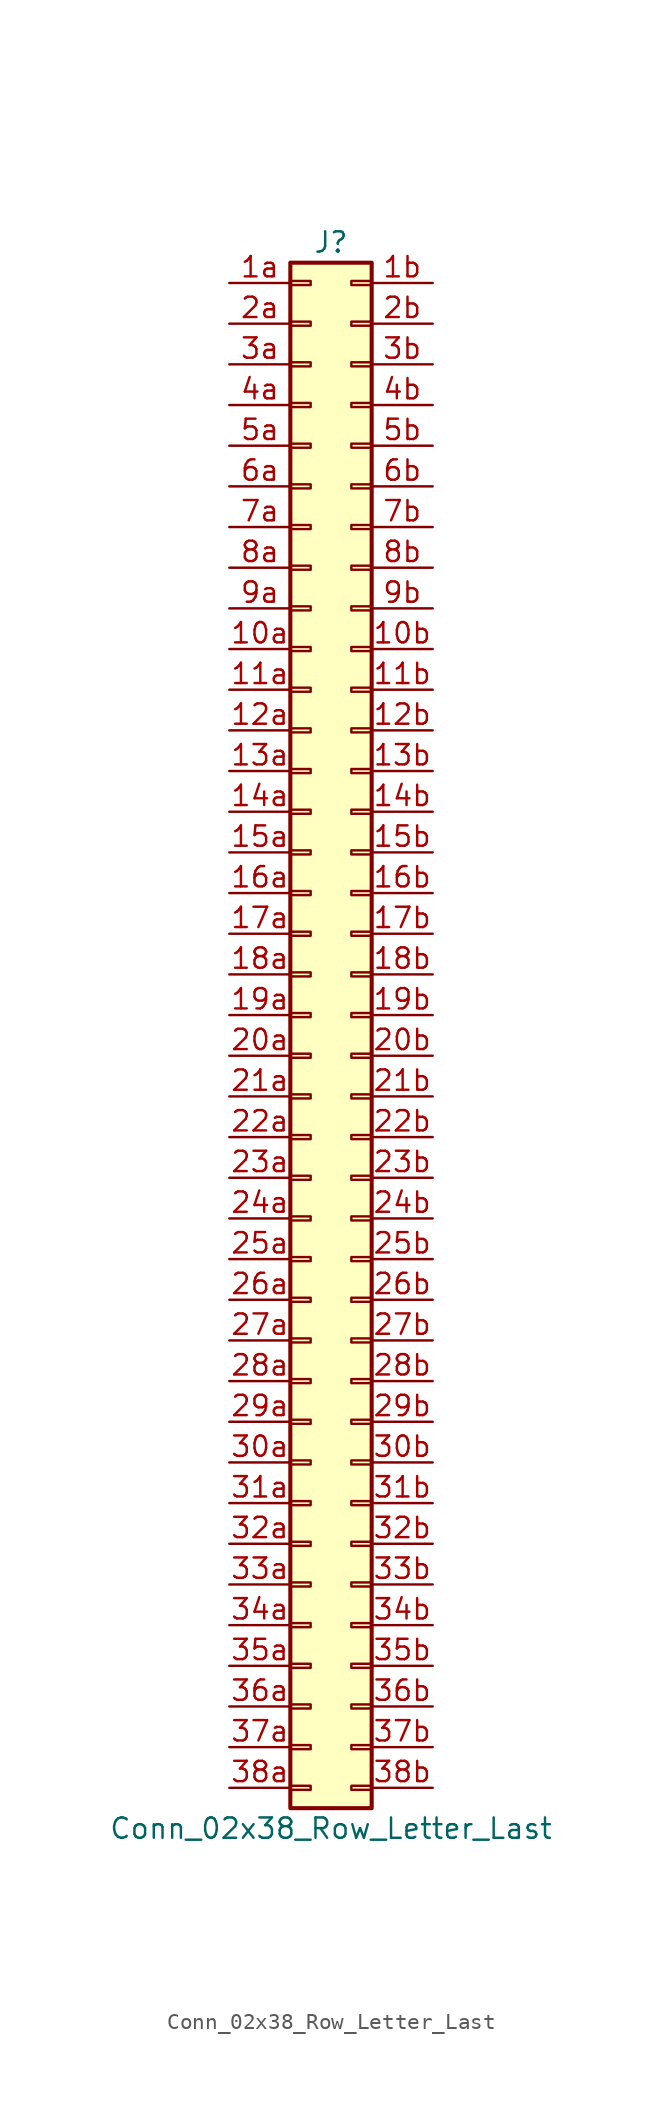
<source format=kicad_sym>
(kicad_symbol_lib
  (version 20201005)
  (generator kicad_symbol_editor)
  (symbol "Connector_Generic:Conn_02x38_Row_Letter_Last"
    (pin_names
      (offset 1.016) hide)
    (property "Reference" "J"
      (at 1.27 48.26 0)
      (effects (font (size 1.27 1.27))))
    (property "Value" "Conn_02x38_Row_Letter_Last"
      (at 1.27 -50.8 0)
      (effects (font (size 1.27 1.27))))
    (symbol "Conn_02x38_Row_Letter_Last_1_1"
      (rectangle (start -1.27 -27.813) (end 0 -28.067) (stroke (width 0.152)) (fill (type none)))
      (rectangle (start -1.27 -30.353) (end 0 -30.607) (stroke (width 0.152)) (fill (type none)))
      (rectangle (start -1.27 -32.893) (end 0 -33.147) (stroke (width 0.152)) (fill (type none)))
      (rectangle (start -1.27 -35.433) (end 0 -35.687) (stroke (width 0.152)) (fill (type none)))
      (rectangle (start -1.27 -37.973) (end 0 -38.227) (stroke (width 0.152)) (fill (type none)))
      (rectangle (start -1.27 -40.513) (end 0 -40.767) (stroke (width 0.152)) (fill (type none)))
      (rectangle (start -1.27 -43.053) (end 0 -43.307) (stroke (width 0.152)) (fill (type none)))
      (rectangle (start -1.27 -45.593) (end 0 -45.847) (stroke (width 0.152)) (fill (type none)))
      (rectangle (start -1.27 -48.133) (end 0 -48.387) (stroke (width 0.152)) (fill (type none)))
      (rectangle (start -1.27 -4.953) (end 0 -5.207) (stroke (width 0.152)) (fill (type none)))
      (rectangle (start -1.27 -7.493) (end 0 -7.747) (stroke (width 0.152)) (fill (type none)))
      (rectangle (start -1.27 -10.033) (end 0 -10.287) (stroke (width 0.152)) (fill (type none)))
      (rectangle (start -1.27 -12.573) (end 0 -12.827) (stroke (width 0.152)) (fill (type none)))
      (rectangle (start -1.27 -15.113) (end 0 -15.367) (stroke (width 0.152)) (fill (type none)))
      (rectangle (start -1.27 -17.653) (end 0 -17.907) (stroke (width 0.152)) (fill (type none)))
      (rectangle (start -1.27 -20.193) (end 0 -20.447) (stroke (width 0.152)) (fill (type none)))
      (rectangle (start -1.27 -22.733) (end 0 -22.987) (stroke (width 0.152)) (fill (type none)))
      (rectangle (start -1.27 -2.413) (end 0 -2.667) (stroke (width 0.152)) (fill (type none)))
      (rectangle (start -1.27 -25.273) (end 0 -25.527) (stroke (width 0.152)) (fill (type none)))
      (rectangle (start -1.27 25.527) (end 0 25.273) (stroke (width 0.152)) (fill (type none)))
      (rectangle (start -1.27 2.667) (end 0 2.413) (stroke (width 0.152)) (fill (type none)))
      (rectangle (start -1.27 28.067) (end 0 27.813) (stroke (width 0.152)) (fill (type none)))
      (rectangle (start -1.27 30.607) (end 0 30.353) (stroke (width 0.152)) (fill (type none)))
      (rectangle (start -1.27 33.147) (end 0 32.893) (stroke (width 0.152)) (fill (type none)))
      (rectangle (start -1.27 35.687) (end 0 35.433) (stroke (width 0.152)) (fill (type none)))
      (rectangle (start -1.27 38.227) (end 0 37.973) (stroke (width 0.152)) (fill (type none)))
      (rectangle (start -1.27 40.767) (end 0 40.513) (stroke (width 0.152)) (fill (type none)))
      (rectangle (start -1.27 43.307) (end 0 43.053) (stroke (width 0.152)) (fill (type none)))
      (rectangle (start -1.27 45.847) (end 0 45.593) (stroke (width 0.152)) (fill (type none)))
      (rectangle (start -1.27 46.99) (end 3.81 -49.53) (stroke (width 0.254)) (fill (type background)))
      (rectangle (start -1.27 5.207) (end 0 4.953) (stroke (width 0.152)) (fill (type none)))
      (rectangle (start -1.27 7.747) (end 0 7.493) (stroke (width 0.152)) (fill (type none)))
      (rectangle (start -1.27 10.287) (end 0 10.033) (stroke (width 0.152)) (fill (type none)))
      (rectangle (start -1.27 0.127) (end 0 -0.127) (stroke (width 0.152)) (fill (type none)))
      (rectangle (start -1.27 12.827) (end 0 12.573) (stroke (width 0.152)) (fill (type none)))
      (rectangle (start -1.27 15.367) (end 0 15.113) (stroke (width 0.152)) (fill (type none)))
      (rectangle (start -1.27 17.907) (end 0 17.653) (stroke (width 0.152)) (fill (type none)))
      (rectangle (start -1.27 20.447) (end 0 20.193) (stroke (width 0.152)) (fill (type none)))
      (rectangle (start -1.27 22.987) (end 0 22.733) (stroke (width 0.152)) (fill (type none)))
      (rectangle (start 3.81 -27.813) (end 2.54 -28.067) (stroke (width 0.152)) (fill (type none)))
      (rectangle (start 3.81 -30.353) (end 2.54 -30.607) (stroke (width 0.152)) (fill (type none)))
      (rectangle (start 3.81 -32.893) (end 2.54 -33.147) (stroke (width 0.152)) (fill (type none)))
      (rectangle (start 3.81 -35.433) (end 2.54 -35.687) (stroke (width 0.152)) (fill (type none)))
      (rectangle (start 3.81 -37.973) (end 2.54 -38.227) (stroke (width 0.152)) (fill (type none)))
      (rectangle (start 3.81 -40.513) (end 2.54 -40.767) (stroke (width 0.152)) (fill (type none)))
      (rectangle (start 3.81 -43.053) (end 2.54 -43.307) (stroke (width 0.152)) (fill (type none)))
      (rectangle (start 3.81 -45.593) (end 2.54 -45.847) (stroke (width 0.152)) (fill (type none)))
      (rectangle (start 3.81 -48.133) (end 2.54 -48.387) (stroke (width 0.152)) (fill (type none)))
      (rectangle (start 3.81 -4.953) (end 2.54 -5.207) (stroke (width 0.152)) (fill (type none)))
      (rectangle (start 3.81 -7.493) (end 2.54 -7.747) (stroke (width 0.152)) (fill (type none)))
      (rectangle (start 3.81 -10.033) (end 2.54 -10.287) (stroke (width 0.152)) (fill (type none)))
      (rectangle (start 3.81 -12.573) (end 2.54 -12.827) (stroke (width 0.152)) (fill (type none)))
      (rectangle (start 3.81 -15.113) (end 2.54 -15.367) (stroke (width 0.152)) (fill (type none)))
      (rectangle (start 3.81 -17.653) (end 2.54 -17.907) (stroke (width 0.152)) (fill (type none)))
      (rectangle (start 3.81 -20.193) (end 2.54 -20.447) (stroke (width 0.152)) (fill (type none)))
      (rectangle (start 3.81 -22.733) (end 2.54 -22.987) (stroke (width 0.152)) (fill (type none)))
      (rectangle (start 3.81 -2.413) (end 2.54 -2.667) (stroke (width 0.152)) (fill (type none)))
      (rectangle (start 3.81 -25.273) (end 2.54 -25.527) (stroke (width 0.152)) (fill (type none)))
      (rectangle (start 3.81 25.527) (end 2.54 25.273) (stroke (width 0.152)) (fill (type none)))
      (rectangle (start 3.81 2.667) (end 2.54 2.413) (stroke (width 0.152)) (fill (type none)))
      (rectangle (start 3.81 28.067) (end 2.54 27.813) (stroke (width 0.152)) (fill (type none)))
      (rectangle (start 3.81 30.607) (end 2.54 30.353) (stroke (width 0.152)) (fill (type none)))
      (rectangle (start 3.81 33.147) (end 2.54 32.893) (stroke (width 0.152)) (fill (type none)))
      (rectangle (start 3.81 35.687) (end 2.54 35.433) (stroke (width 0.152)) (fill (type none)))
      (rectangle (start 3.81 38.227) (end 2.54 37.973) (stroke (width 0.152)) (fill (type none)))
      (rectangle (start 3.81 40.767) (end 2.54 40.513) (stroke (width 0.152)) (fill (type none)))
      (rectangle (start 3.81 43.307) (end 2.54 43.053) (stroke (width 0.152)) (fill (type none)))
      (rectangle (start 3.81 45.847) (end 2.54 45.593) (stroke (width 0.152)) (fill (type none)))
      (rectangle (start 3.81 5.207) (end 2.54 4.953) (stroke (width 0.152)) (fill (type none)))
      (rectangle (start 3.81 7.747) (end 2.54 7.493) (stroke (width 0.152)) (fill (type none)))
      (rectangle (start 3.81 10.287) (end 2.54 10.033) (stroke (width 0.152)) (fill (type none)))
      (rectangle (start 3.81 0.127) (end 2.54 -0.127) (stroke (width 0.152)) (fill (type none)))
      (rectangle (start 3.81 12.827) (end 2.54 12.573) (stroke (width 0.152)) (fill (type none)))
      (rectangle (start 3.81 15.367) (end 2.54 15.113) (stroke (width 0.152)) (fill (type none)))
      (rectangle (start 3.81 17.907) (end 2.54 17.653) (stroke (width 0.152)) (fill (type none)))
      (rectangle (start 3.81 20.447) (end 2.54 20.193) (stroke (width 0.152)) (fill (type none)))
      (rectangle (start 3.81 22.987) (end 2.54 22.733) (stroke (width 0.152)) (fill (type none)))
      (pin passive line (at -5.08 22.86 0) (length 3.81) (name "Pin_10a" (effects (font (size 1.27 1.27)))) (number "10a" (effects (font (size 1.27 1.27)))))
      (pin passive line (at 7.62 22.86 180) (length 3.81) (name "Pin_10b" (effects (font (size 1.27 1.27)))) (number "10b" (effects (font (size 1.27 1.27)))))
      (pin passive line (at -5.08 20.32 0) (length 3.81) (name "Pin_11a" (effects (font (size 1.27 1.27)))) (number "11a" (effects (font (size 1.27 1.27)))))
      (pin passive line (at 7.62 20.32 180) (length 3.81) (name "Pin_11b" (effects (font (size 1.27 1.27)))) (number "11b" (effects (font (size 1.27 1.27)))))
      (pin passive line (at -5.08 17.78 0) (length 3.81) (name "Pin_12a" (effects (font (size 1.27 1.27)))) (number "12a" (effects (font (size 1.27 1.27)))))
      (pin passive line (at 7.62 17.78 180) (length 3.81) (name "Pin_12b" (effects (font (size 1.27 1.27)))) (number "12b" (effects (font (size 1.27 1.27)))))
      (pin passive line (at -5.08 15.24 0) (length 3.81) (name "Pin_13a" (effects (font (size 1.27 1.27)))) (number "13a" (effects (font (size 1.27 1.27)))))
      (pin passive line (at 7.62 15.24 180) (length 3.81) (name "Pin_13b" (effects (font (size 1.27 1.27)))) (number "13b" (effects (font (size 1.27 1.27)))))
      (pin passive line (at -5.08 12.7 0) (length 3.81) (name "Pin_14a" (effects (font (size 1.27 1.27)))) (number "14a" (effects (font (size 1.27 1.27)))))
      (pin passive line (at 7.62 12.7 180) (length 3.81) (name "Pin_14b" (effects (font (size 1.27 1.27)))) (number "14b" (effects (font (size 1.27 1.27)))))
      (pin passive line (at -5.08 10.16 0) (length 3.81) (name "Pin_15a" (effects (font (size 1.27 1.27)))) (number "15a" (effects (font (size 1.27 1.27)))))
      (pin passive line (at 7.62 10.16 180) (length 3.81) (name "Pin_15b" (effects (font (size 1.27 1.27)))) (number "15b" (effects (font (size 1.27 1.27)))))
      (pin passive line (at -5.08 7.62 0) (length 3.81) (name "Pin_16a" (effects (font (size 1.27 1.27)))) (number "16a" (effects (font (size 1.27 1.27)))))
      (pin passive line (at 7.62 7.62 180) (length 3.81) (name "Pin_16b" (effects (font (size 1.27 1.27)))) (number "16b" (effects (font (size 1.27 1.27)))))
      (pin passive line (at -5.08 5.08 0) (length 3.81) (name "Pin_17a" (effects (font (size 1.27 1.27)))) (number "17a" (effects (font (size 1.27 1.27)))))
      (pin passive line (at 7.62 5.08 180) (length 3.81) (name "Pin_17b" (effects (font (size 1.27 1.27)))) (number "17b" (effects (font (size 1.27 1.27)))))
      (pin passive line (at -5.08 2.54 0) (length 3.81) (name "Pin_18a" (effects (font (size 1.27 1.27)))) (number "18a" (effects (font (size 1.27 1.27)))))
      (pin passive line (at 7.62 2.54 180) (length 3.81) (name "Pin_18b" (effects (font (size 1.27 1.27)))) (number "18b" (effects (font (size 1.27 1.27)))))
      (pin passive line (at -5.08 0 0) (length 3.81) (name "Pin_19a" (effects (font (size 1.27 1.27)))) (number "19a" (effects (font (size 1.27 1.27)))))
      (pin passive line (at 7.62 0 180) (length 3.81) (name "Pin_19b" (effects (font (size 1.27 1.27)))) (number "19b" (effects (font (size 1.27 1.27)))))
      (pin passive line (at -5.08 45.72 0) (length 3.81) (name "Pin_1a" (effects (font (size 1.27 1.27)))) (number "1a" (effects (font (size 1.27 1.27)))))
      (pin passive line (at 7.62 45.72 180) (length 3.81) (name "Pin_1b" (effects (font (size 1.27 1.27)))) (number "1b" (effects (font (size 1.27 1.27)))))
      (pin passive line (at -5.08 -2.54 0) (length 3.81) (name "Pin_20a" (effects (font (size 1.27 1.27)))) (number "20a" (effects (font (size 1.27 1.27)))))
      (pin passive line (at 7.62 -2.54 180) (length 3.81) (name "Pin_20b" (effects (font (size 1.27 1.27)))) (number "20b" (effects (font (size 1.27 1.27)))))
      (pin passive line (at -5.08 -5.08 0) (length 3.81) (name "Pin_21a" (effects (font (size 1.27 1.27)))) (number "21a" (effects (font (size 1.27 1.27)))))
      (pin passive line (at 7.62 -5.08 180) (length 3.81) (name "Pin_21b" (effects (font (size 1.27 1.27)))) (number "21b" (effects (font (size 1.27 1.27)))))
      (pin passive line (at -5.08 -7.62 0) (length 3.81) (name "Pin_22a" (effects (font (size 1.27 1.27)))) (number "22a" (effects (font (size 1.27 1.27)))))
      (pin passive line (at 7.62 -7.62 180) (length 3.81) (name "Pin_22b" (effects (font (size 1.27 1.27)))) (number "22b" (effects (font (size 1.27 1.27)))))
      (pin passive line (at -5.08 -10.16 0) (length 3.81) (name "Pin_23a" (effects (font (size 1.27 1.27)))) (number "23a" (effects (font (size 1.27 1.27)))))
      (pin passive line (at 7.62 -10.16 180) (length 3.81) (name "Pin_23b" (effects (font (size 1.27 1.27)))) (number "23b" (effects (font (size 1.27 1.27)))))
      (pin passive line (at -5.08 -12.7 0) (length 3.81) (name "Pin_24a" (effects (font (size 1.27 1.27)))) (number "24a" (effects (font (size 1.27 1.27)))))
      (pin passive line (at 7.62 -12.7 180) (length 3.81) (name "Pin_24b" (effects (font (size 1.27 1.27)))) (number "24b" (effects (font (size 1.27 1.27)))))
      (pin passive line (at -5.08 -15.24 0) (length 3.81) (name "Pin_25a" (effects (font (size 1.27 1.27)))) (number "25a" (effects (font (size 1.27 1.27)))))
      (pin passive line (at 7.62 -15.24 180) (length 3.81) (name "Pin_25b" (effects (font (size 1.27 1.27)))) (number "25b" (effects (font (size 1.27 1.27)))))
      (pin passive line (at -5.08 -17.78 0) (length 3.81) (name "Pin_26a" (effects (font (size 1.27 1.27)))) (number "26a" (effects (font (size 1.27 1.27)))))
      (pin passive line (at 7.62 -17.78 180) (length 3.81) (name "Pin_26b" (effects (font (size 1.27 1.27)))) (number "26b" (effects (font (size 1.27 1.27)))))
      (pin passive line (at -5.08 -20.32 0) (length 3.81) (name "Pin_27a" (effects (font (size 1.27 1.27)))) (number "27a" (effects (font (size 1.27 1.27)))))
      (pin passive line (at 7.62 -20.32 180) (length 3.81) (name "Pin_27b" (effects (font (size 1.27 1.27)))) (number "27b" (effects (font (size 1.27 1.27)))))
      (pin passive line (at -5.08 -22.86 0) (length 3.81) (name "Pin_28a" (effects (font (size 1.27 1.27)))) (number "28a" (effects (font (size 1.27 1.27)))))
      (pin passive line (at 7.62 -22.86 180) (length 3.81) (name "Pin_28b" (effects (font (size 1.27 1.27)))) (number "28b" (effects (font (size 1.27 1.27)))))
      (pin passive line (at -5.08 -25.4 0) (length 3.81) (name "Pin_29a" (effects (font (size 1.27 1.27)))) (number "29a" (effects (font (size 1.27 1.27)))))
      (pin passive line (at 7.62 -25.4 180) (length 3.81) (name "Pin_29b" (effects (font (size 1.27 1.27)))) (number "29b" (effects (font (size 1.27 1.27)))))
      (pin passive line (at -5.08 43.18 0) (length 3.81) (name "Pin_2a" (effects (font (size 1.27 1.27)))) (number "2a" (effects (font (size 1.27 1.27)))))
      (pin passive line (at 7.62 43.18 180) (length 3.81) (name "Pin_2b" (effects (font (size 1.27 1.27)))) (number "2b" (effects (font (size 1.27 1.27)))))
      (pin passive line (at -5.08 -27.94 0) (length 3.81) (name "Pin_30a" (effects (font (size 1.27 1.27)))) (number "30a" (effects (font (size 1.27 1.27)))))
      (pin passive line (at 7.62 -27.94 180) (length 3.81) (name "Pin_30b" (effects (font (size 1.27 1.27)))) (number "30b" (effects (font (size 1.27 1.27)))))
      (pin passive line (at -5.08 -30.48 0) (length 3.81) (name "Pin_31a" (effects (font (size 1.27 1.27)))) (number "31a" (effects (font (size 1.27 1.27)))))
      (pin passive line (at 7.62 -30.48 180) (length 3.81) (name "Pin_31b" (effects (font (size 1.27 1.27)))) (number "31b" (effects (font (size 1.27 1.27)))))
      (pin passive line (at -5.08 -33.02 0) (length 3.81) (name "Pin_32a" (effects (font (size 1.27 1.27)))) (number "32a" (effects (font (size 1.27 1.27)))))
      (pin passive line (at 7.62 -33.02 180) (length 3.81) (name "Pin_32b" (effects (font (size 1.27 1.27)))) (number "32b" (effects (font (size 1.27 1.27)))))
      (pin passive line (at -5.08 -35.56 0) (length 3.81) (name "Pin_33a" (effects (font (size 1.27 1.27)))) (number "33a" (effects (font (size 1.27 1.27)))))
      (pin passive line (at 7.62 -35.56 180) (length 3.81) (name "Pin_33b" (effects (font (size 1.27 1.27)))) (number "33b" (effects (font (size 1.27 1.27)))))
      (pin passive line (at -5.08 -38.1 0) (length 3.81) (name "Pin_34a" (effects (font (size 1.27 1.27)))) (number "34a" (effects (font (size 1.27 1.27)))))
      (pin passive line (at 7.62 -38.1 180) (length 3.81) (name "Pin_34b" (effects (font (size 1.27 1.27)))) (number "34b" (effects (font (size 1.27 1.27)))))
      (pin passive line (at -5.08 -40.64 0) (length 3.81) (name "Pin_35a" (effects (font (size 1.27 1.27)))) (number "35a" (effects (font (size 1.27 1.27)))))
      (pin passive line (at 7.62 -40.64 180) (length 3.81) (name "Pin_35b" (effects (font (size 1.27 1.27)))) (number "35b" (effects (font (size 1.27 1.27)))))
      (pin passive line (at -5.08 -43.18 0) (length 3.81) (name "Pin_36a" (effects (font (size 1.27 1.27)))) (number "36a" (effects (font (size 1.27 1.27)))))
      (pin passive line (at 7.62 -43.18 180) (length 3.81) (name "Pin_36b" (effects (font (size 1.27 1.27)))) (number "36b" (effects (font (size 1.27 1.27)))))
      (pin passive line (at -5.08 -45.72 0) (length 3.81) (name "Pin_37a" (effects (font (size 1.27 1.27)))) (number "37a" (effects (font (size 1.27 1.27)))))
      (pin passive line (at 7.62 -45.72 180) (length 3.81) (name "Pin_37b" (effects (font (size 1.27 1.27)))) (number "37b" (effects (font (size 1.27 1.27)))))
      (pin passive line (at -5.08 -48.26 0) (length 3.81) (name "Pin_38a" (effects (font (size 1.27 1.27)))) (number "38a" (effects (font (size 1.27 1.27)))))
      (pin passive line (at 7.62 -48.26 180) (length 3.81) (name "Pin_38b" (effects (font (size 1.27 1.27)))) (number "38b" (effects (font (size 1.27 1.27)))))
      (pin passive line (at -5.08 40.64 0) (length 3.81) (name "Pin_3a" (effects (font (size 1.27 1.27)))) (number "3a" (effects (font (size 1.27 1.27)))))
      (pin passive line (at 7.62 40.64 180) (length 3.81) (name "Pin_3b" (effects (font (size 1.27 1.27)))) (number "3b" (effects (font (size 1.27 1.27)))))
      (pin passive line (at -5.08 38.1 0) (length 3.81) (name "Pin_4a" (effects (font (size 1.27 1.27)))) (number "4a" (effects (font (size 1.27 1.27)))))
      (pin passive line (at 7.62 38.1 180) (length 3.81) (name "Pin_4b" (effects (font (size 1.27 1.27)))) (number "4b" (effects (font (size 1.27 1.27)))))
      (pin passive line (at -5.08 35.56 0) (length 3.81) (name "Pin_5a" (effects (font (size 1.27 1.27)))) (number "5a" (effects (font (size 1.27 1.27)))))
      (pin passive line (at 7.62 35.56 180) (length 3.81) (name "Pin_5b" (effects (font (size 1.27 1.27)))) (number "5b" (effects (font (size 1.27 1.27)))))
      (pin passive line (at -5.08 33.02 0) (length 3.81) (name "Pin_6a" (effects (font (size 1.27 1.27)))) (number "6a" (effects (font (size 1.27 1.27)))))
      (pin passive line (at 7.62 33.02 180) (length 3.81) (name "Pin_6b" (effects (font (size 1.27 1.27)))) (number "6b" (effects (font (size 1.27 1.27)))))
      (pin passive line (at -5.08 30.48 0) (length 3.81) (name "Pin_7a" (effects (font (size 1.27 1.27)))) (number "7a" (effects (font (size 1.27 1.27)))))
      (pin passive line (at 7.62 30.48 180) (length 3.81) (name "Pin_7b" (effects (font (size 1.27 1.27)))) (number "7b" (effects (font (size 1.27 1.27)))))
      (pin passive line (at -5.08 27.94 0) (length 3.81) (name "Pin_8a" (effects (font (size 1.27 1.27)))) (number "8a" (effects (font (size 1.27 1.27)))))
      (pin passive line (at 7.62 27.94 180) (length 3.81) (name "Pin_8b" (effects (font (size 1.27 1.27)))) (number "8b" (effects (font (size 1.27 1.27)))))
      (pin passive line (at -5.08 25.4 0) (length 3.81) (name "Pin_9a" (effects (font (size 1.27 1.27)))) (number "9a" (effects (font (size 1.27 1.27)))))
      (pin passive line (at 7.62 25.4 180) (length 3.81) (name "Pin_9b" (effects (font (size 1.27 1.27)))) (number "9b" (effects (font (size 1.27 1.27))))))))
</source>
